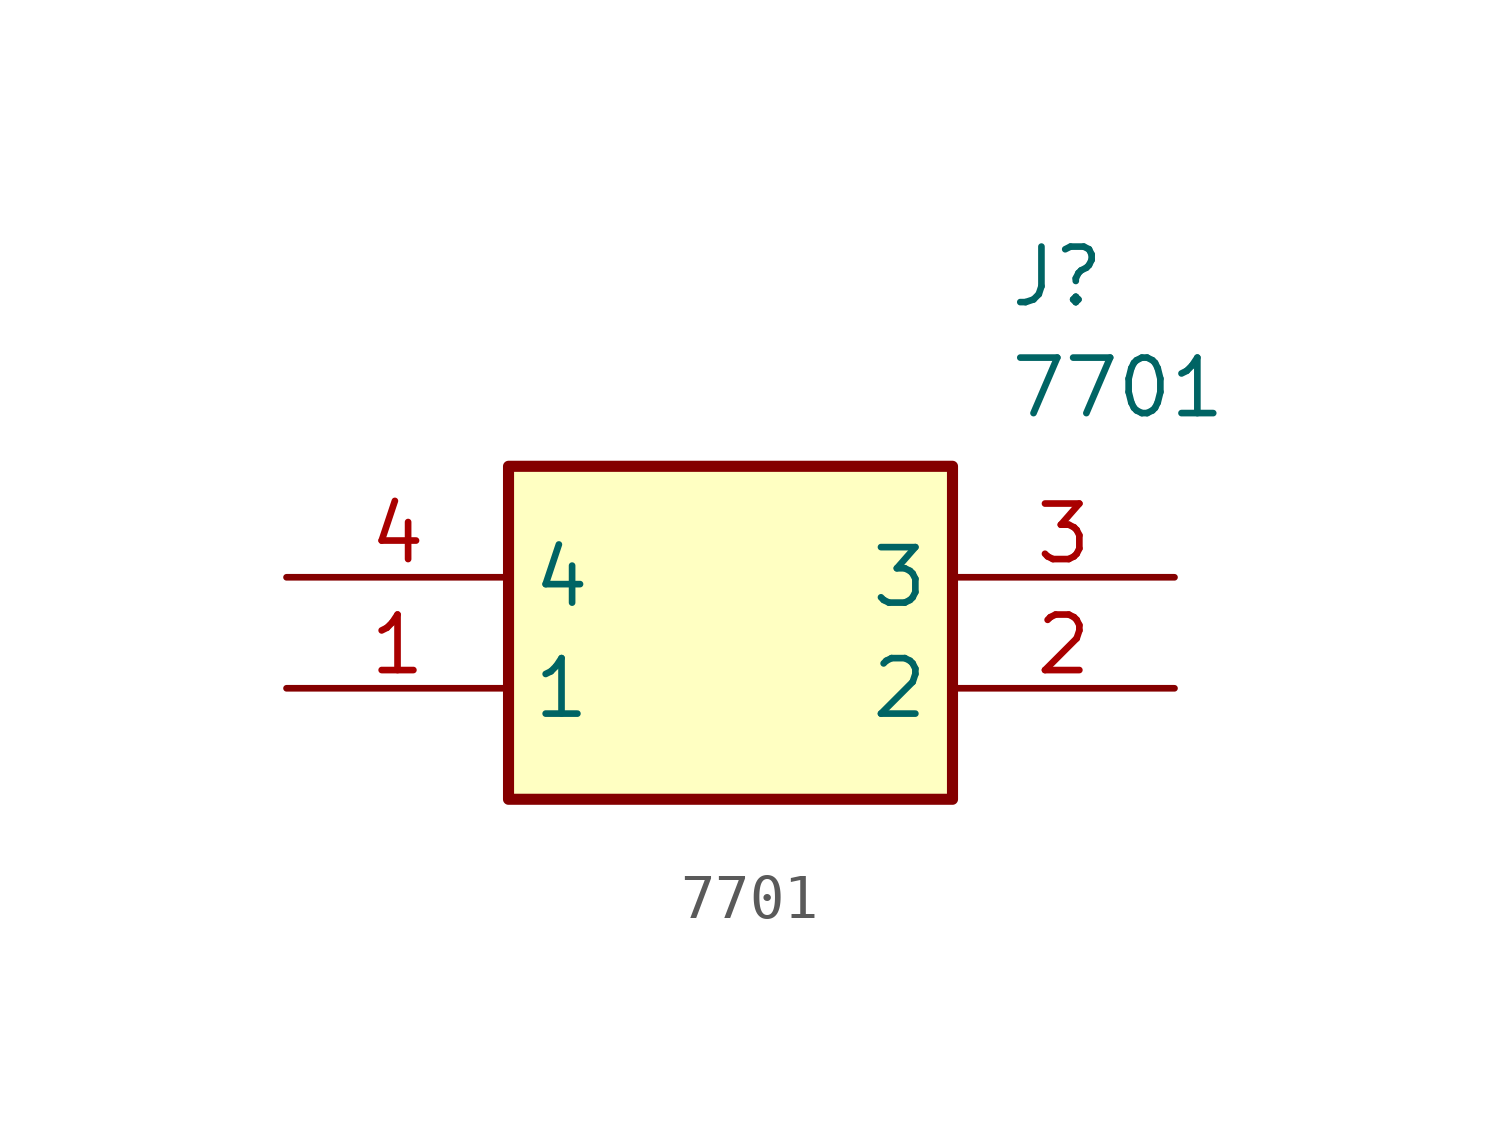
<source format=kicad_sym>
(kicad_symbol_lib
  (version 20211014)
  (generator SamacSys_ECAD_Model)
  (symbol "7701"
    (property "Reference" "J"
      (at 16.51 7.62 0)
      (effects (font (size 1.27 1.27)) (justify left top)))
    (property "Value" "7701"
      (at 16.51 5.08 0)
      (effects (font (size 1.27 1.27)) (justify left top)))
    (rectangle
      (start 5.08 2.54)
      (end 15.24 -5.08)
      (stroke (width 0.254) (type default))
      (fill (type background)))
    (pin passive line
      (at 0 -2.54 0)
      (length 5.08)
      (name "1" (effects (font (size 1.27 1.27))))
      (number "1" (effects (font (size 1.27 1.27)))))
    (pin passive line
      (at 20.32 -2.54 180)
      (length 5.08)
      (name "2" (effects (font (size 1.27 1.27))))
      (number "2" (effects (font (size 1.27 1.27)))))
    (pin passive line
      (at 20.32 0 180)
      (length 5.08)
      (name "3" (effects (font (size 1.27 1.27))))
      (number "3" (effects (font (size 1.27 1.27)))))
    (pin passive line
      (at 0 0 0)
      (length 5.08)
      (name "4" (effects (font (size 1.27 1.27))))
      (number "4" (effects (font (size 1.27 1.27)))))))
</source>
